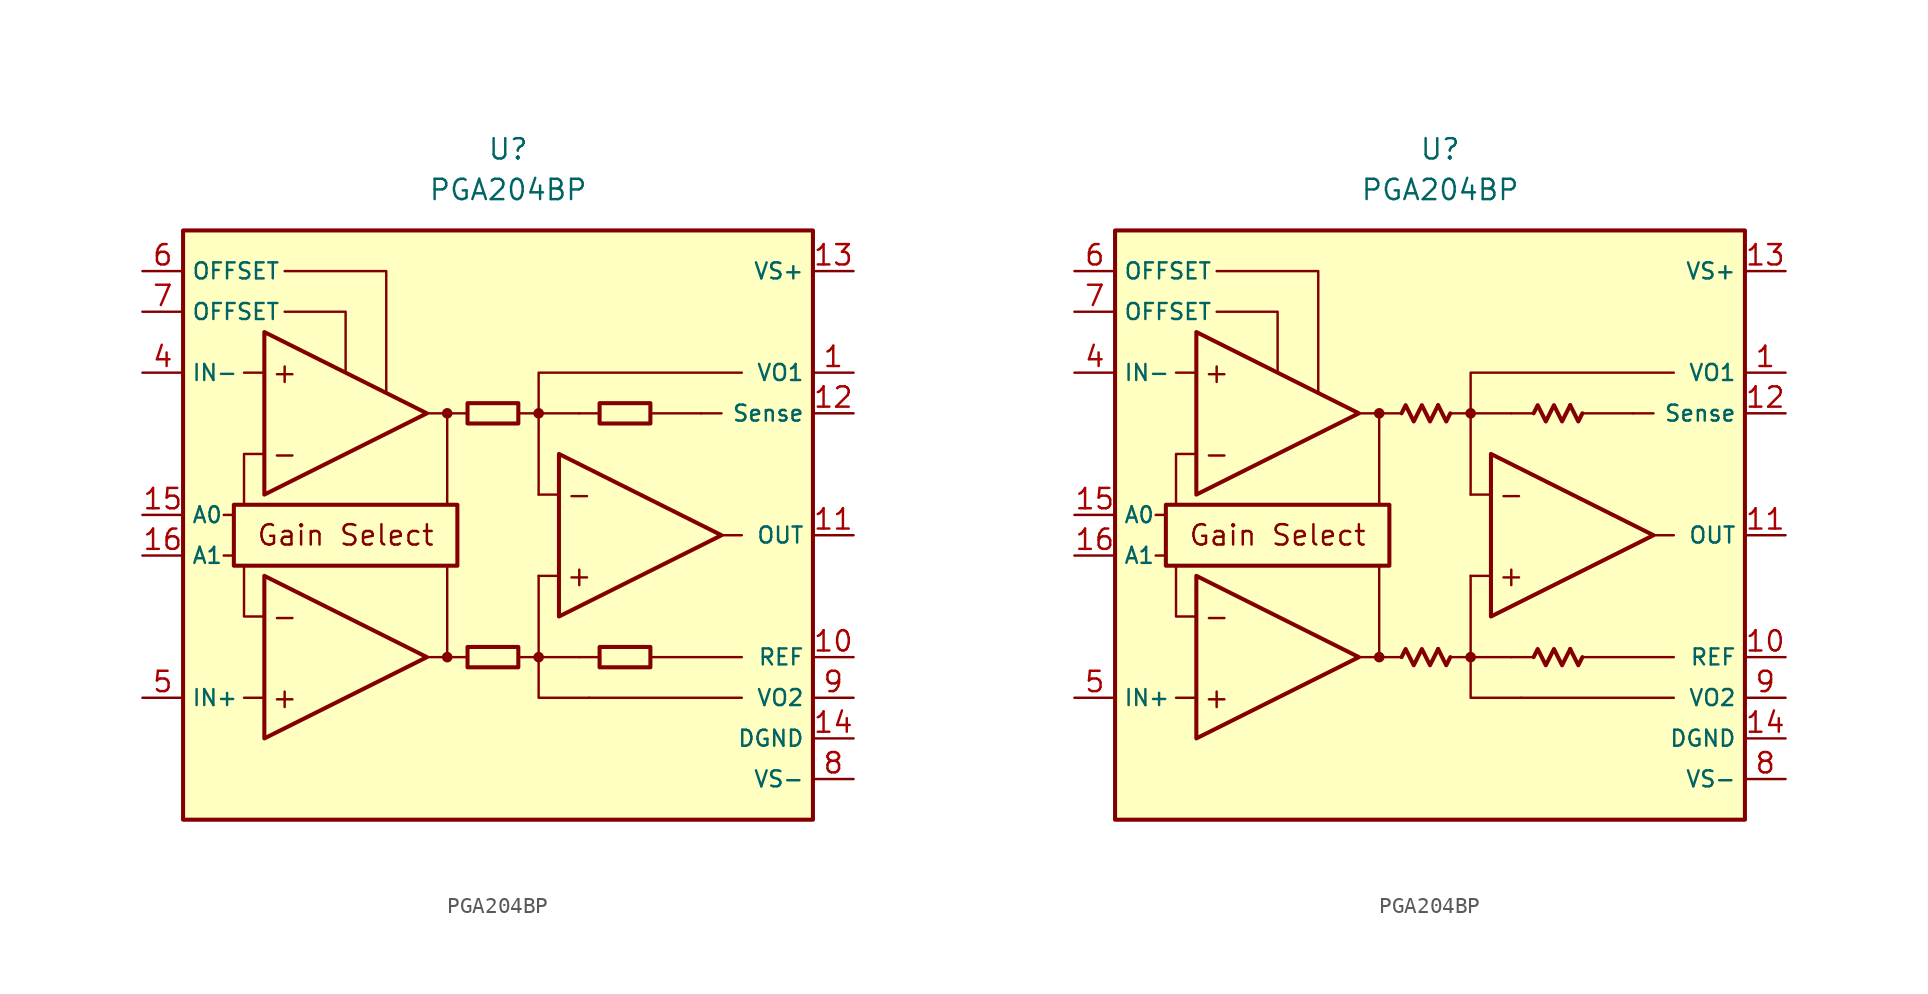
<source format=kicad_sym>
(kicad_symbol_lib
  (version 20231120)
  (generator "kicad_symbol_editor")
  (generator_version "8.0")
  (symbol "PGA204BP"
    (property "Reference" "U"
      (at 0 22.86 0)
      (effects (font (size 1.27 1.27))))
    (property "Value" "PGA204BP"
      (at 0 20.32 0)
      (effects (font (size 1.27 1.27))))
    (symbol "PGA204BP_0_0"
      (rectangle (start -20.32 17.78) (end 19.05 -19.05) (stroke (width 0.254) (type default)) (fill (type background)))
      (rectangle (start -17.145 0.635) (end -3.175 -3.175) (stroke (width 0.254) (type default)) (fill (type none)))
      (circle (center -3.81 -8.89) (radius 0.254) (stroke (width 0.152) (type default)) (fill (type outline)))
      (circle (center -3.81 6.35) (radius 0.254) (stroke (width 0.152) (type default)) (fill (type outline)))
      (polyline (pts (xy -1.27 -8.89)) (stroke (width 0.152) (type default)) (fill (type none)))
      (polyline (pts (xy -1.27 6.35)) (stroke (width 0.152) (type default)) (fill (type none)))
      (polyline (pts (xy 5.715 6.35)) (stroke (width 0.152) (type default)) (fill (type none)))
      (polyline (pts (xy -17.145 -2.54) (xy -17.78 -2.54)) (stroke (width 0.152) (type default)) (fill (type none)))
      (polyline (pts (xy -17.145 0) (xy -17.78 0)) (stroke (width 0.152) (type default)) (fill (type none)))
      (polyline (pts (xy -15.24 -11.43) (xy -16.51 -11.43)) (stroke (width 0.152) (type default)) (fill (type none)))
      (polyline (pts (xy -15.24 8.89) (xy -16.51 8.89)) (stroke (width 0.152) (type default)) (fill (type none)))
      (polyline (pts (xy -5.08 -8.89) (xy -2.54 -8.89)) (stroke (width 0.152) (type default)) (fill (type none)))
      (polyline (pts (xy -5.08 6.35) (xy -2.54 6.35)) (stroke (width 0.152) (type default)) (fill (type none)))
      (polyline (pts (xy -3.81 -8.89) (xy -3.81 -3.175)) (stroke (width 0.152) (type default)) (fill (type none)))
      (polyline (pts (xy -3.81 0.635) (xy -3.81 6.35)) (stroke (width 0.152) (type default)) (fill (type none)))
      (polyline (pts (xy 0.635 -8.89) (xy 1.905 -8.89)) (stroke (width 0.152) (type default)) (fill (type none)))
      (polyline (pts (xy 0.635 6.35) (xy 1.905 6.35)) (stroke (width 0.152) (type default)) (fill (type none)))
      (polyline (pts (xy 3.175 -3.81) (xy 1.905 -3.81)) (stroke (width 0.152) (type default)) (fill (type none)))
      (polyline (pts (xy 3.175 1.27) (xy 1.905 1.27)) (stroke (width 0.152) (type default)) (fill (type none)))
      (polyline (pts (xy 4.445 -8.89) (xy 1.905 -8.89)) (stroke (width 0.152) (type default)) (fill (type none)))
      (polyline (pts (xy 4.445 -8.89) (xy 5.715 -8.89)) (stroke (width 0.152) (type default)) (fill (type none)))
      (polyline (pts (xy 4.445 6.35) (xy 1.905 6.35)) (stroke (width 0.152) (type default)) (fill (type none)))
      (polyline (pts (xy 4.445 6.35) (xy 5.715 6.35)) (stroke (width 0.152) (type default)) (fill (type none)))
      (polyline (pts (xy 8.89 -8.89) (xy 14.605 -8.89)) (stroke (width 0.152) (type default)) (fill (type none)))
      (polyline (pts (xy 8.89 6.35) (xy 12.065 6.35)) (stroke (width 0.152) (type default)) (fill (type none)))
      (polyline (pts (xy 12.065 6.35) (xy 13.335 6.35)) (stroke (width 0.152) (type default)) (fill (type none)))
      (polyline (pts (xy 13.335 -1.27) (xy 14.605 -1.27)) (stroke (width 0.152) (type default)) (fill (type none)))
      (polyline (pts (xy 14.605 -11.43) (xy 5.08 -11.43)) (stroke (width 0.152) (type default)) (fill (type none)))
      (polyline (pts (xy -16.51 -3.175) (xy -16.51 -6.35) (xy -15.24 -6.35)) (stroke (width 0.152) (type default)) (fill (type none)))
      (polyline (pts (xy -15.24 3.81) (xy -16.51 3.81) (xy -16.51 0.635)) (stroke (width 0.152) (type default)) (fill (type none)))
      (polyline (pts (xy -13.97 12.7) (xy -10.16 12.7) (xy -10.16 8.89)) (stroke (width 0.152) (type default)) (fill (type none)))
      (polyline (pts (xy -7.62 7.62) (xy -7.62 15.24) (xy -13.97 15.24)) (stroke (width 0.152) (type default)) (fill (type none)))
      (polyline (pts (xy 1.905 -3.81) (xy 1.905 -11.43) (xy 5.08 -11.43)) (stroke (width 0.152) (type default)) (fill (type none)))
      (polyline (pts (xy 14.605 8.89) (xy 1.905 8.89) (xy 1.905 1.27)) (stroke (width 0.152) (type default)) (fill (type none)))
      (circle (center 1.905 -8.89) (radius 0.254) (stroke (width 0.152) (type default)) (fill (type outline)))
      (circle (center 1.905 6.35) (radius 0.254) (stroke (width 0.152) (type default)) (fill (type outline)))
      (text "+" (at -13.97 -11.43 0) (effects (font (size 1.27 1.27))))
      (text "+" (at -13.97 8.89 0) (effects (font (size 1.27 1.27))))
      (text "+" (at 4.445 -3.81 0) (effects (font (size 1.27 1.27))))
      (text "-" (at -13.97 -6.35 0) (effects (font (size 1.27 1.27))))
      (text "-" (at -13.97 3.81 0) (effects (font (size 1.27 1.27))))
      (text "-" (at 4.445 1.27 0) (effects (font (size 1.27 1.27))))
      (text "Gain Select" (at -10.16 -1.27 0) (effects (font (size 1.27 1.27)))))
    (symbol "PGA204BP_0_1"
      (rectangle (start -2.54 -8.255) (end 0.635 -9.525) (stroke (width 0.254) (type default)) (fill (type none)))
      (rectangle (start -2.54 6.985) (end 0.635 5.715) (stroke (width 0.254) (type default)) (fill (type none)))
      (rectangle (start 5.715 -8.255) (end 8.89 -9.525) (stroke (width 0.254) (type default)) (fill (type none)))
      (rectangle (start 5.715 6.985) (end 8.89 5.715) (stroke (width 0.254) (type default)) (fill (type none))))
    (symbol "PGA204BP_0_2"
      (polyline (pts (xy -0.127 -8.382) (xy 0.381 -9.398) (xy 0.635 -8.89)) (stroke (width 0.254) (type default)) (fill (type none)))
      (polyline (pts (xy -0.127 6.858) (xy 0.381 5.842) (xy 0.635 6.35)) (stroke (width 0.254) (type default)) (fill (type none)))
      (polyline (pts (xy 8.128 -8.382) (xy 8.636 -9.398) (xy 8.89 -8.89)) (stroke (width 0.254) (type default)) (fill (type none)))
      (polyline (pts (xy 8.128 6.858) (xy 8.636 5.842) (xy 8.89 6.35)) (stroke (width 0.254) (type default)) (fill (type none)))
      (polyline (pts (xy -2.413 -8.89) (xy -2.159 -8.382) (xy -1.651 -9.398) (xy -1.143 -8.382) (xy -0.635 -9.398) (xy -0.127 -8.382)) (stroke (width 0.254) (type default)) (fill (type none)))
      (polyline (pts (xy -2.413 6.35) (xy -2.159 6.858) (xy -1.651 5.842) (xy -1.143 6.858) (xy -0.635 5.842) (xy -0.127 6.858)) (stroke (width 0.254) (type default)) (fill (type none)))
      (polyline (pts (xy 5.842 -8.89) (xy 6.096 -8.382) (xy 6.604 -9.398) (xy 7.112 -8.382) (xy 7.62 -9.398) (xy 8.128 -8.382)) (stroke (width 0.254) (type default)) (fill (type none)))
      (polyline (pts (xy 5.842 6.35) (xy 6.096 6.858) (xy 6.604 5.842) (xy 7.112 6.858) (xy 7.62 5.842) (xy 8.128 6.858)) (stroke (width 0.254) (type default)) (fill (type none))))
    (symbol "PGA204BP_1_0"
      (polyline (pts (xy -15.24 -3.81) (xy -15.24 -13.97) (xy -5.08 -8.89) (xy -15.24 -3.81)) (stroke (width 0.254) (type default)) (fill (type background)))
      (polyline (pts (xy -15.24 11.43) (xy -15.24 1.27) (xy -5.08 6.35) (xy -15.24 11.43)) (stroke (width 0.254) (type default)) (fill (type background)))
      (polyline (pts (xy 3.175 3.81) (xy 3.175 -6.35) (xy 13.335 -1.27) (xy 3.175 3.81)) (stroke (width 0.254) (type default)) (fill (type background))))
    (symbol "PGA204BP_1_1"
      (pin passive line (at 21.59 8.89 180) (length 2.54) (name "VO1" (effects (font (size 1 1)))) (number "1" (effects (font (size 1.27 1.27)))))
      (pin passive line (at 21.59 -8.89 180) (length 2.54) (name "REF" (effects (font (size 1 1)))) (number "10" (effects (font (size 1.27 1.27)))))
      (pin output line (at 21.59 -1.27 180) (length 2.54) (name "OUT" (effects (font (size 1 1)))) (number "11" (effects (font (size 1.27 1.27)))))
      (pin passive line (at 21.59 6.35 180) (length 2.54) (name "Sense" (effects (font (size 1 1)))) (number "12" (effects (font (size 1.27 1.27)))))
      (pin power_in line (at 21.59 15.24 180) (length 2.54) (name "VS+" (effects (font (size 1 1)))) (number "13" (effects (font (size 1.27 1.27)))))
      (pin power_in line (at 21.59 -13.97 180) (length 2.54) (name "DGND" (effects (font (size 1 1)))) (number "14" (effects (font (size 1.27 1.27)))))
      (pin input line (at -22.86 0 0) (length 2.54) (name "A0" (effects (font (size 1 1)))) (number "15" (effects (font (size 1.27 1.27)))))
      (pin input line (at -22.86 -2.54 0) (length 2.54) (name "A1" (effects (font (size 1 1)))) (number "16" (effects (font (size 1.27 1.27)))))
      (pin free line (at -1.27 -12.7 0) (length 2.54) hide (name "NC" (effects (font (size 1.27 1.27)))) (number "2" (effects (font (size 1.27 1.27)))))
      (pin free line (at -1.27 -15.24 0) (length 2.54) hide (name "NC" (effects (font (size 1.27 1.27)))) (number "3" (effects (font (size 1.27 1.27)))))
      (pin input line (at -22.86 8.89 0) (length 2.54) (name "IN-" (effects (font (size 1 1)))) (number "4" (effects (font (size 1.27 1.27)))))
      (pin input line (at -22.86 -11.43 0) (length 2.54) (name "IN+" (effects (font (size 1 1)))) (number "5" (effects (font (size 1.27 1.27)))))
      (pin passive line (at -22.86 15.24 0) (length 2.54) (name "OFFSET" (effects (font (size 1 1)))) (number "6" (effects (font (size 1.27 1.27)))))
      (pin passive line (at -22.86 12.7 0) (length 2.54) (name "OFFSET" (effects (font (size 1 1)))) (number "7" (effects (font (size 1.27 1.27)))))
      (pin power_in line (at 21.59 -16.51 180) (length 2.54) (name "VS-" (effects (font (size 1 1)))) (number "8" (effects (font (size 1.27 1.27)))))
      (pin passive line (at 21.59 -11.43 180) (length 2.54) (name "VO2" (effects (font (size 1 1)))) (number "9" (effects (font (size 1.27 1.27))))))
    (symbol "PGA204BP_1_2"
      (pin passive line (at 21.59 8.89 180) (length 2.54) (name "VO1" (effects (font (size 1 1)))) (number "1" (effects (font (size 1.27 1.27)))))
      (pin passive line (at 21.59 -8.89 180) (length 2.54) (name "REF" (effects (font (size 1 1)))) (number "10" (effects (font (size 1.27 1.27)))))
      (pin output line (at 21.59 -1.27 180) (length 2.54) (name "OUT" (effects (font (size 1 1)))) (number "11" (effects (font (size 1.27 1.27)))))
      (pin passive line (at 21.59 6.35 180) (length 2.54) (name "Sense" (effects (font (size 1 1)))) (number "12" (effects (font (size 1.27 1.27)))))
      (pin power_in line (at 21.59 15.24 180) (length 2.54) (name "VS+" (effects (font (size 1 1)))) (number "13" (effects (font (size 1.27 1.27)))))
      (pin power_in line (at 21.59 -13.97 180) (length 2.54) (name "DGND" (effects (font (size 1 1)))) (number "14" (effects (font (size 1.27 1.27)))))
      (pin input line (at -22.86 0 0) (length 2.54) (name "A0" (effects (font (size 1 1)))) (number "15" (effects (font (size 1.27 1.27)))))
      (pin input line (at -22.86 -2.54 0) (length 2.54) (name "A1" (effects (font (size 1 1)))) (number "16" (effects (font (size 1.27 1.27)))))
      (pin free line (at -1.27 -12.7 0) (length 2.54) hide (name "NC" (effects (font (size 1.27 1.27)))) (number "2" (effects (font (size 1.27 1.27)))))
      (pin free line (at -1.27 -15.24 0) (length 2.54) hide (name "NC" (effects (font (size 1.27 1.27)))) (number "3" (effects (font (size 1.27 1.27)))))
      (pin input line (at -22.86 8.89 0) (length 2.54) (name "IN-" (effects (font (size 1 1)))) (number "4" (effects (font (size 1.27 1.27)))))
      (pin input line (at -22.86 -11.43 0) (length 2.54) (name "IN+" (effects (font (size 1 1)))) (number "5" (effects (font (size 1.27 1.27)))))
      (pin passive line (at -22.86 15.24 0) (length 2.54) (name "OFFSET" (effects (font (size 1 1)))) (number "6" (effects (font (size 1.27 1.27)))))
      (pin passive line (at -22.86 12.7 0) (length 2.54) (name "OFFSET" (effects (font (size 1 1)))) (number "7" (effects (font (size 1.27 1.27)))))
      (pin power_in line (at 21.59 -16.51 180) (length 2.54) (name "VS-" (effects (font (size 1 1)))) (number "8" (effects (font (size 1.27 1.27)))))
      (pin passive line (at 21.59 -11.43 180) (length 2.54) (name "VO2" (effects (font (size 1 1)))) (number "9" (effects (font (size 1.27 1.27))))))))
</source>
